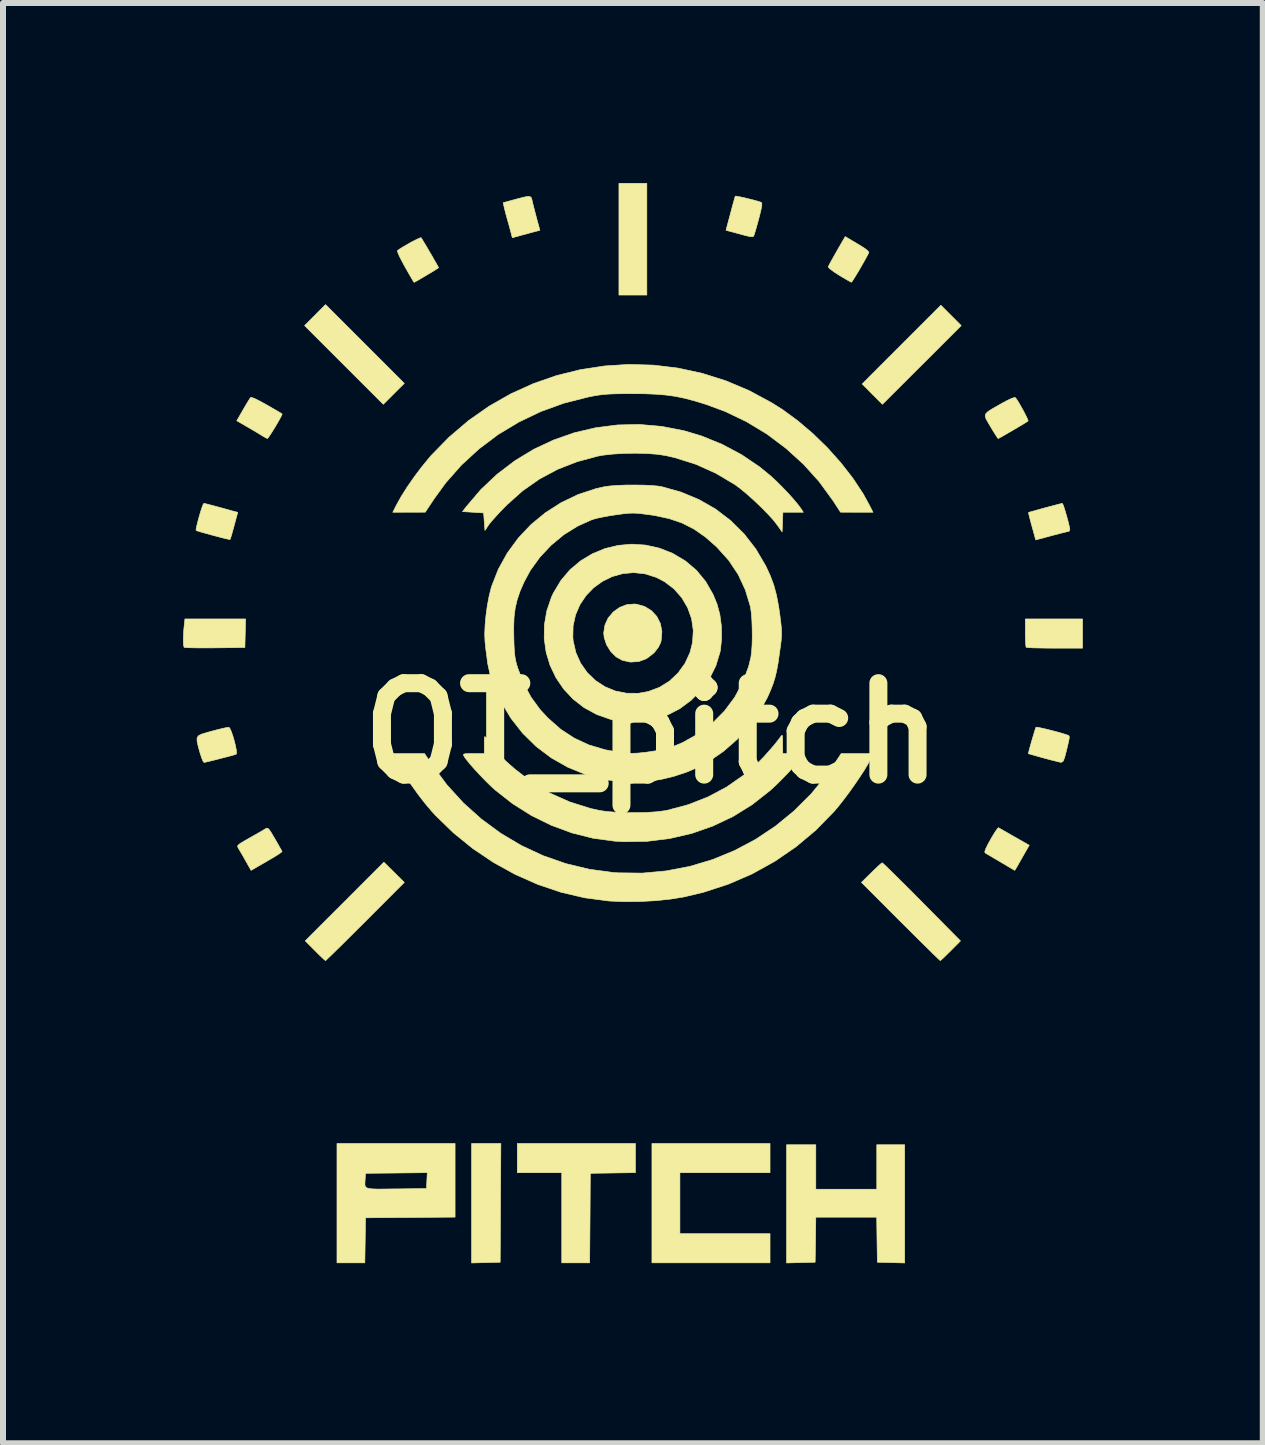
<source format=kicad_pcb>
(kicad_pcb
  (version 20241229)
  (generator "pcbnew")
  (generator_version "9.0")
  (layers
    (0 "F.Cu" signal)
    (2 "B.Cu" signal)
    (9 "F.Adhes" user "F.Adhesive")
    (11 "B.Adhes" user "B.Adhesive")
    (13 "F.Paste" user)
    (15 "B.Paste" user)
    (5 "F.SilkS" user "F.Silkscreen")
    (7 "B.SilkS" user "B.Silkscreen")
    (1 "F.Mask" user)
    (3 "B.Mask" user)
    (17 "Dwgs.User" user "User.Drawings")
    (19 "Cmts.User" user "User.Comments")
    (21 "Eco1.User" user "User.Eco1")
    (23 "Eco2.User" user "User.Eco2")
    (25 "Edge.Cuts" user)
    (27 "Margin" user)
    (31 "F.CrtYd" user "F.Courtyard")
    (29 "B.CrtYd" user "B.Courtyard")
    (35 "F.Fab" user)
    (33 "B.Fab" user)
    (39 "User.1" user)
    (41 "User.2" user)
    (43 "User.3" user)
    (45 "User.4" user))
  (footprint "OT_pitch"
    (layer "F.Cu")
    (at 7.815 9.17)
    (property "Reference" "OT_pitch" (at 0 0 0) (layer "F.SilkS") (effects (font (size 1.524 1.524) (thickness 0.3))))
    (attr through_hole)
    (fp_poly (pts (xy -0.085 -7.303) (xy -0.55 -7.303) (xy -0.55 -9.165) (xy -0.085 -9.165) (xy -0.085 -7.303)) (stroke (width 0.01) (type solid)) (fill yes) (layer "F.SilkS"))
    (fp_poly (pts (xy -2.524 7.826) (xy -2.529 8.816) (xy -3.006 8.828) (xy -3.006 6.837) (xy -2.518 6.837) (xy -2.524 7.826)) (stroke (width 0.01) (type solid)) (fill yes) (layer "F.SilkS"))
    (fp_poly (pts (xy -4.783 -6.487) (xy -4.127 -5.831) (xy -4.302 -5.657) (xy -4.477 -5.482) (xy -5.789 -6.794) (xy -5.614 -6.969) (xy -5.44 -7.144) (xy -4.783 -6.487)) (stroke (width 0.01) (type solid)) (fill yes) (layer "F.SilkS"))
    (fp_poly (pts (xy 5.154 -6.794) (xy 4.498 -6.138) (xy 3.841 -5.482) (xy 3.672 -5.651) (xy 3.504 -5.821) (xy 4.159 -6.477) (xy 4.815 -7.133) (xy 5.154 -6.794)) (stroke (width 0.01) (type solid)) (fill yes) (layer "F.SilkS"))
    (fp_poly (pts (xy 1.968 7.324) (xy 0.466 7.324) (xy 0.466 8.34) (xy 1.968 8.34) (xy 1.968 8.826) (xy 0 8.826) (xy 0 6.837) (xy 1.968 6.837) (xy 1.968 7.324)) (stroke (width 0.01) (type solid)) (fill yes) (layer "F.SilkS"))
    (fp_poly (pts (xy -0.275 7.323) (xy -1.027 7.334) (xy -1.032 8.08) (xy -1.038 8.826) (xy -1.503 8.826) (xy -1.503 7.324) (xy -2.244 7.324) (xy -2.244 6.837) (xy -0.275 6.837) (xy -0.275 7.323)) (stroke (width 0.01) (type solid)) (fill yes) (layer "F.SilkS"))
    (fp_poly (pts (xy 7.176 -1.418) (xy 6.713 -1.418) (xy 6.578 -1.419) (xy 6.456 -1.421) (xy 6.356 -1.423) (xy 6.282 -1.427) (xy 6.242 -1.431) (xy 6.237 -1.432) (xy 6.231 -1.458) (xy 6.227 -1.517) (xy 6.224 -1.599) (xy 6.223 -1.676) (xy 6.223 -1.905) (xy 7.176 -1.905) (xy 7.176 -1.418)) (stroke (width 0.01) (type solid)) (fill yes) (layer "F.SilkS"))
    (fp_poly (pts (xy -6.784 -1.429) (xy -7.283 -1.423) (xy -7.424 -1.422) (xy -7.551 -1.422) (xy -7.658 -1.424) (xy -7.738 -1.426) (xy -7.785 -1.429) (xy -7.796 -1.432) (xy -7.806 -1.464) (xy -7.81 -1.529) (xy -7.808 -1.62) (xy -7.802 -1.727) (xy -7.797 -1.775) (xy -7.783 -1.905) (xy -6.772 -1.905) (xy -6.784 -1.429)) (stroke (width 0.01) (type solid)) (fill yes) (layer "F.SilkS"))
    (fp_poly (pts (xy 2.731 7.599) (xy 3.747 7.599) (xy 3.747 6.858) (xy 4.212 6.858) (xy 4.212 8.828) (xy 3.985 8.822) (xy 3.757 8.816) (xy 3.751 8.44) (xy 3.746 8.065) (xy 2.731 8.065) (xy 2.726 8.44) (xy 2.72 8.816) (xy 2.244 8.828) (xy 2.244 6.858) (xy 2.731 6.858) (xy 2.731 7.599)) (stroke (width 0.01) (type solid)) (fill yes) (layer "F.SilkS"))
    (fp_poly (pts (xy -4.127 2.486) (xy -4.778 3.138) (xy -4.915 3.274) (xy -5.042 3.401) (xy -5.157 3.515) (xy -5.257 3.613) (xy -5.338 3.693) (xy -5.398 3.75) (xy -5.432 3.783) (xy -5.44 3.789) (xy -5.459 3.775) (xy -5.5 3.737) (xy -5.559 3.68) (xy -5.615 3.624) (xy -5.778 3.46) (xy -5.122 2.805) (xy -4.467 2.149) (xy -4.127 2.486)) (stroke (width 0.01) (type solid)) (fill yes) (layer "F.SilkS"))
    (fp_poly (pts (xy -2.031 -8.943) (xy -2.012 -8.927) (xy -2.001 -8.897) (xy -1.992 -8.855) (xy -1.975 -8.786) (xy -1.951 -8.693) (xy -1.925 -8.594) (xy -1.918 -8.567) (xy -1.867 -8.382) (xy -1.955 -8.359) (xy -2.023 -8.341) (xy -2.11 -8.317) (xy -2.185 -8.297) (xy -2.327 -8.258) (xy -2.35 -8.346) (xy -2.368 -8.415) (xy -2.392 -8.503) (xy -2.412 -8.572) (xy -2.435 -8.655) (xy -2.454 -8.73) (xy -2.465 -8.776) (xy -2.479 -8.842) (xy -2.314 -8.887) (xy -2.198 -8.918) (xy -2.117 -8.938) (xy -2.063 -8.947) (xy -2.031 -8.943)) (stroke (width 0.01) (type solid)) (fill yes) (layer "F.SilkS"))
    (fp_poly (pts (xy -0.259 -2.151) (xy -0.122 -2.113) (xy -0.007 -2.042) (xy 0.082 -1.945) (xy 0.141 -1.827) (xy 0.166 -1.694) (xy 0.154 -1.549) (xy 0.146 -1.513) (xy 0.109 -1.436) (xy 0.045 -1.352) (xy 0.024 -1.331) (xy -0.091 -1.243) (xy -0.22 -1.195) (xy -0.359 -1.186) (xy -0.495 -1.216) (xy -0.598 -1.274) (xy -0.688 -1.364) (xy -0.756 -1.474) (xy -0.796 -1.595) (xy -0.804 -1.672) (xy -0.784 -1.802) (xy -0.73 -1.92) (xy -0.646 -2.02) (xy -0.541 -2.096) (xy -0.421 -2.143) (xy -0.291 -2.154) (xy -0.259 -2.151)) (stroke (width 0.01) (type solid)) (fill yes) (layer "F.SilkS"))
    (fp_poly (pts (xy -3.281 8.064) (xy -4.027 8.07) (xy -4.773 8.075) (xy -4.779 8.451) (xy -4.785 8.826) (xy -5.249 8.826) (xy -5.249 7.526) (xy -4.784 7.526) (xy -4.776 7.555) (xy -4.756 7.575) (xy -4.718 7.587) (xy -4.658 7.594) (xy -4.571 7.597) (xy -4.452 7.596) (xy -4.297 7.594) (xy -4.26 7.594) (xy -3.757 7.588) (xy -3.751 7.456) (xy -3.744 7.323) (xy -4.259 7.329) (xy -4.773 7.334) (xy -4.78 7.437) (xy -4.783 7.488) (xy -4.784 7.526) (xy -5.249 7.526) (xy -5.249 6.837) (xy -3.281 6.837) (xy -3.281 8.064)) (stroke (width 0.01) (type solid)) (fill yes) (layer "F.SilkS"))
    (fp_poly (pts (xy 3.855 2.174) (xy 3.9 2.215) (xy 3.968 2.281) (xy 4.056 2.368) (xy 4.161 2.472) (xy 4.281 2.591) (xy 4.411 2.722) (xy 4.498 2.81) (xy 5.142 3.461) (xy 4.979 3.625) (xy 4.912 3.691) (xy 4.857 3.745) (xy 4.819 3.779) (xy 4.805 3.789) (xy 4.788 3.774) (xy 4.745 3.733) (xy 4.677 3.668) (xy 4.59 3.581) (xy 4.484 3.477) (xy 4.365 3.359) (xy 4.234 3.228) (xy 4.143 3.138) (xy 3.492 2.486) (xy 3.657 2.323) (xy 3.725 2.257) (xy 3.782 2.203) (xy 3.822 2.169) (xy 3.838 2.159) (xy 3.855 2.174)) (stroke (width 0.01) (type solid)) (fill yes) (layer "F.SilkS"))
    (fp_poly (pts (xy 6.85 -3.812) (xy 6.868 -3.763) (xy 6.89 -3.693) (xy 6.913 -3.612) (xy 6.935 -3.532) (xy 6.952 -3.461) (xy 6.963 -3.411) (xy 6.964 -3.398) (xy 6.955 -3.369) (xy 6.948 -3.365) (xy 6.923 -3.36) (xy 6.865 -3.346) (xy 6.782 -3.325) (xy 6.683 -3.299) (xy 6.664 -3.294) (xy 6.396 -3.222) (xy 6.334 -3.447) (xy 6.309 -3.538) (xy 6.29 -3.613) (xy 6.278 -3.662) (xy 6.276 -3.679) (xy 6.297 -3.686) (xy 6.35 -3.701) (xy 6.425 -3.722) (xy 6.514 -3.747) (xy 6.607 -3.772) (xy 6.695 -3.795) (xy 6.77 -3.815) (xy 6.821 -3.827) (xy 6.839 -3.831) (xy 6.85 -3.812)) (stroke (width 0.01) (type solid)) (fill yes) (layer "F.SilkS"))
    (fp_poly (pts (xy 1.411 -8.95) (xy 1.464 -8.94) (xy 1.536 -8.925) (xy 1.617 -8.905) (xy 1.697 -8.885) (xy 1.766 -8.866) (xy 1.812 -8.851) (xy 1.824 -8.846) (xy 1.832 -8.827) (xy 1.829 -8.783) (xy 1.815 -8.711) (xy 1.788 -8.604) (xy 1.779 -8.569) (xy 1.751 -8.468) (xy 1.727 -8.382) (xy 1.707 -8.318) (xy 1.696 -8.286) (xy 1.696 -8.284) (xy 1.673 -8.274) (xy 1.621 -8.28) (xy 1.545 -8.298) (xy 1.458 -8.322) (xy 1.373 -8.345) (xy 1.321 -8.359) (xy 1.234 -8.382) (xy 1.309 -8.662) (xy 1.336 -8.765) (xy 1.36 -8.852) (xy 1.378 -8.916) (xy 1.388 -8.949) (xy 1.389 -8.951) (xy 1.411 -8.95)) (stroke (width 0.01) (type solid)) (fill yes) (layer "F.SilkS"))
    (fp_poly (pts (xy 3.288 -8.238) (xy 3.341 -8.206) (xy 3.414 -8.163) (xy 3.488 -8.118) (xy 3.552 -8.077) (xy 3.597 -8.04) (xy 3.615 -8.017) (xy 3.615 -8.015) (xy 3.602 -7.985) (xy 3.573 -7.93) (xy 3.532 -7.857) (xy 3.486 -7.776) (xy 3.438 -7.693) (xy 3.392 -7.618) (xy 3.355 -7.559) (xy 3.331 -7.523) (xy 3.324 -7.516) (xy 3.302 -7.527) (xy 3.252 -7.555) (xy 3.182 -7.596) (xy 3.122 -7.632) (xy 3.044 -7.682) (xy 2.983 -7.726) (xy 2.946 -7.759) (xy 2.938 -7.773) (xy 2.951 -7.801) (xy 2.981 -7.857) (xy 3.024 -7.934) (xy 3.075 -8.024) (xy 3.083 -8.039) (xy 3.221 -8.277) (xy 3.288 -8.238)) (stroke (width 0.01) (type solid)) (fill yes) (layer "F.SilkS"))
    (fp_poly (pts (xy 5.797 1.587) (xy 5.85 1.617) (xy 5.924 1.659) (xy 6.014 1.711) (xy 6.039 1.725) (xy 6.288 1.867) (xy 6.237 1.955) (xy 6.198 2.023) (xy 6.151 2.106) (xy 6.118 2.164) (xy 6.083 2.226) (xy 6.057 2.269) (xy 6.046 2.285) (xy 6.028 2.275) (xy 5.98 2.247) (xy 5.91 2.205) (xy 5.824 2.154) (xy 5.81 2.146) (xy 5.72 2.093) (xy 5.642 2.047) (xy 5.583 2.012) (xy 5.553 1.994) (xy 5.552 1.994) (xy 5.547 1.973) (xy 5.562 1.927) (xy 5.599 1.852) (xy 5.643 1.772) (xy 5.691 1.69) (xy 5.732 1.626) (xy 5.762 1.585) (xy 5.775 1.574) (xy 5.797 1.587)) (stroke (width 0.01) (type solid)) (fill yes) (layer "F.SilkS"))
    (fp_poly (pts (xy -7.44 -3.826) (xy -7.382 -3.811) (xy -7.303 -3.791) (xy -7.264 -3.78) (xy -7.169 -3.754) (xy -7.078 -3.729) (xy -7.007 -3.709) (xy -6.992 -3.705) (xy -6.903 -3.682) (xy -6.963 -3.459) (xy -6.988 -3.368) (xy -7.009 -3.294) (xy -7.025 -3.245) (xy -7.031 -3.229) (xy -7.053 -3.232) (xy -7.108 -3.244) (xy -7.188 -3.264) (xy -7.286 -3.29) (xy -7.313 -3.297) (xy -7.415 -3.325) (xy -7.501 -3.349) (xy -7.563 -3.368) (xy -7.595 -3.378) (xy -7.597 -3.379) (xy -7.597 -3.402) (xy -7.586 -3.455) (xy -7.568 -3.528) (xy -7.546 -3.61) (xy -7.522 -3.692) (xy -7.499 -3.763) (xy -7.48 -3.812) (xy -7.468 -3.831) (xy -7.44 -3.826)) (stroke (width 0.01) (type solid)) (fill yes) (layer "F.SilkS"))
    (fp_poly (pts (xy -7.051 -0.1) (xy -7.033 -0.079) (xy -7.01 -0.028) (xy -6.985 0.043) (xy -6.961 0.125) (xy -6.941 0.206) (xy -6.927 0.278) (xy -6.923 0.329) (xy -6.929 0.35) (xy -6.97 0.362) (xy -7.038 0.381) (xy -7.123 0.403) (xy -7.215 0.427) (xy -7.306 0.45) (xy -7.384 0.469) (xy -7.44 0.482) (xy -7.464 0.487) (xy -7.48 0.468) (xy -7.502 0.417) (xy -7.526 0.345) (xy -7.535 0.315) (xy -7.565 0.205) (xy -7.581 0.128) (xy -7.58 0.076) (xy -7.557 0.041) (xy -7.506 0.015) (xy -7.424 -0.01) (xy -7.334 -0.035) (xy -7.235 -0.061) (xy -7.148 -0.082) (xy -7.084 -0.096) (xy -7.051 -0.1) (xy -7.051 -0.1)) (stroke (width 0.01) (type solid)) (fill yes) (layer "F.SilkS"))
    (fp_poly (pts (xy -6.663 -5.594) (xy -6.607 -5.572) (xy -6.527 -5.531) (xy -6.427 -5.476) (xy -6.42 -5.472) (xy -6.328 -5.419) (xy -6.25 -5.374) (xy -6.194 -5.341) (xy -6.165 -5.323) (xy -6.163 -5.322) (xy -6.169 -5.302) (xy -6.193 -5.255) (xy -6.229 -5.191) (xy -6.272 -5.117) (xy -6.317 -5.044) (xy -6.358 -4.979) (xy -6.39 -4.933) (xy -6.408 -4.912) (xy -6.409 -4.912) (xy -6.434 -4.923) (xy -6.482 -4.95) (xy -6.519 -4.973) (xy -6.585 -5.013) (xy -6.671 -5.064) (xy -6.759 -5.115) (xy -6.767 -5.12) (xy -6.919 -5.208) (xy -6.813 -5.392) (xy -6.766 -5.473) (xy -6.726 -5.539) (xy -6.697 -5.584) (xy -6.688 -5.597) (xy -6.663 -5.594)) (stroke (width 0.01) (type solid)) (fill yes) (layer "F.SilkS"))
    (fp_poly (pts (xy 6.056 -5.594) (xy 6.081 -5.562) (xy 6.116 -5.506) (xy 6.156 -5.436) (xy 6.197 -5.362) (xy 6.233 -5.292) (xy 6.258 -5.238) (xy 6.269 -5.207) (xy 6.268 -5.204) (xy 6.246 -5.189) (xy 6.197 -5.158) (xy 6.128 -5.117) (xy 6.048 -5.069) (xy 5.965 -5.021) (xy 5.887 -4.976) (xy 5.823 -4.939) (xy 5.781 -4.916) (xy 5.769 -4.911) (xy 5.756 -4.928) (xy 5.726 -4.974) (xy 5.684 -5.041) (xy 5.645 -5.106) (xy 5.598 -5.185) (xy 5.566 -5.244) (xy 5.554 -5.287) (xy 5.563 -5.324) (xy 5.598 -5.359) (xy 5.66 -5.4) (xy 5.754 -5.454) (xy 5.821 -5.492) (xy 5.919 -5.545) (xy 5.994 -5.58) (xy 6.042 -5.596) (xy 6.056 -5.594)) (stroke (width 0.01) (type solid)) (fill yes) (layer "F.SilkS"))
    (fp_poly (pts (xy -6.402 1.584) (xy -6.38 1.604) (xy -6.35 1.647) (xy -6.307 1.72) (xy -6.283 1.76) (xy -6.236 1.842) (xy -6.198 1.91) (xy -6.172 1.955) (xy -6.164 1.97) (xy -6.179 1.985) (xy -6.222 2.016) (xy -6.288 2.057) (xy -6.333 2.084) (xy -6.422 2.136) (xy -6.507 2.185) (xy -6.576 2.224) (xy -6.595 2.236) (xy -6.681 2.285) (xy -6.773 2.122) (xy -6.818 2.042) (xy -6.859 1.972) (xy -6.888 1.923) (xy -6.894 1.913) (xy -6.904 1.893) (xy -6.903 1.874) (xy -6.884 1.853) (xy -6.842 1.824) (xy -6.772 1.783) (xy -6.705 1.745) (xy -6.615 1.694) (xy -6.534 1.648) (xy -6.473 1.612) (xy -6.442 1.593) (xy -6.421 1.583) (xy -6.402 1.584)) (stroke (width 0.01) (type solid)) (fill yes) (layer "F.SilkS"))
    (fp_poly (pts (xy -3.848 -8.259) (xy -3.833 -8.237) (xy -3.803 -8.187) (xy -3.761 -8.118) (xy -3.714 -8.037) (xy -3.665 -7.954) (xy -3.621 -7.876) (xy -3.584 -7.812) (xy -3.561 -7.77) (xy -3.556 -7.758) (xy -3.573 -7.746) (xy -3.617 -7.718) (xy -3.68 -7.679) (xy -3.753 -7.636) (xy -3.827 -7.592) (xy -3.893 -7.553) (xy -3.942 -7.526) (xy -3.964 -7.514) (xy -3.965 -7.514) (xy -3.976 -7.532) (xy -4.004 -7.579) (xy -4.046 -7.651) (xy -4.096 -7.739) (xy -4.114 -7.77) (xy -4.165 -7.864) (xy -4.206 -7.944) (xy -4.233 -8.005) (xy -4.242 -8.039) (xy -4.241 -8.043) (xy -4.206 -8.069) (xy -4.149 -8.105) (xy -4.078 -8.146) (xy -4.004 -8.188) (xy -3.935 -8.223) (xy -3.881 -8.249) (xy -3.851 -8.259) (xy -3.848 -8.259)) (stroke (width 0.01) (type solid)) (fill yes) (layer "F.SilkS"))
    (fp_poly (pts (xy 6.425 -0.1) (xy 6.479 -0.089) (xy 6.556 -0.072) (xy 6.645 -0.05) (xy 6.737 -0.026) (xy 6.823 -0.002) (xy 6.893 0.019) (xy 6.938 0.035) (xy 6.949 0.041) (xy 6.955 0.055) (xy 6.954 0.083) (xy 6.945 0.131) (xy 6.928 0.206) (xy 6.902 0.312) (xy 6.877 0.407) (xy 6.853 0.466) (xy 6.822 0.485) (xy 6.82 0.485) (xy 6.787 0.479) (xy 6.721 0.463) (xy 6.634 0.441) (xy 6.534 0.414) (xy 6.53 0.413) (xy 6.433 0.386) (xy 6.353 0.363) (xy 6.297 0.347) (xy 6.274 0.34) (xy 6.273 0.34) (xy 6.277 0.32) (xy 6.29 0.27) (xy 6.309 0.199) (xy 6.332 0.119) (xy 6.356 0.039) (xy 6.377 -0.032) (xy 6.393 -0.081) (xy 6.401 -0.101) (xy 6.425 -0.1)) (stroke (width 0.01) (type solid)) (fill yes) (layer "F.SilkS"))
    (fp_poly (pts (xy 0.162 -5.114) (xy 0.53 -5.043) (xy 0.828 -4.954) (xy 1.169 -4.815) (xy 1.494 -4.642) (xy 1.794 -4.439) (xy 1.979 -4.288) (xy 2.071 -4.203) (xy 2.169 -4.105) (xy 2.268 -4.002) (xy 2.358 -3.902) (xy 2.432 -3.813) (xy 2.483 -3.745) (xy 2.484 -3.743) (xy 2.523 -3.683) (xy 2.182 -3.683) (xy 2.17 -3.355) (xy 2.096 -3.46) (xy 2.029 -3.547) (xy 1.935 -3.651) (xy 1.824 -3.764) (xy 1.704 -3.878) (xy 1.584 -3.986) (xy 1.471 -4.079) (xy 1.383 -4.144) (xy 1.065 -4.333) (xy 0.733 -4.482) (xy 0.385 -4.592) (xy 0.233 -4.627) (xy 0.091 -4.649) (xy -0.08 -4.662) (xy -0.268 -4.667) (xy -0.461 -4.664) (xy -0.645 -4.653) (xy -0.81 -4.635) (xy -0.9 -4.619) (xy -1.25 -4.525) (xy -1.574 -4.398) (xy -1.876 -4.236) (xy -2.157 -4.039) (xy -2.419 -3.805) (xy -2.439 -3.785) (xy -2.524 -3.698) (xy -2.603 -3.612) (xy -2.669 -3.538) (xy -2.715 -3.482) (xy -2.725 -3.467) (xy -2.783 -3.379) (xy -2.794 -3.525) (xy -2.805 -3.672) (xy -2.981 -3.683) (xy -3.157 -3.694) (xy -3.097 -3.772) (xy -2.851 -4.061) (xy -2.579 -4.317) (xy -2.285 -4.541) (xy -1.97 -4.732) (xy -1.639 -4.887) (xy -1.294 -5.008) (xy -0.939 -5.091) (xy -0.575 -5.138) (xy -0.208 -5.146) (xy 0.162 -5.114)) (stroke (width 0.01) (type solid)) (fill yes) (layer "F.SilkS"))
    (fp_poly (pts (xy -3.659 0.534) (xy -3.415 0.863) (xy -3.142 1.162) (xy -2.842 1.431) (xy -2.518 1.669) (xy -2.174 1.873) (xy -1.812 2.041) (xy -1.434 2.173) (xy -1.043 2.267) (xy -0.643 2.321) (xy -0.566 2.326) (xy -0.161 2.331) (xy 0.239 2.294) (xy 0.631 2.219) (xy 1.012 2.105) (xy 1.379 1.954) (xy 1.729 1.768) (xy 2.06 1.547) (xy 2.369 1.294) (xy 2.654 1.01) (xy 2.911 0.696) (xy 3.017 0.545) (xy 3.154 0.339) (xy 3.681 0.339) (xy 3.641 0.432) (xy 3.603 0.508) (xy 3.543 0.609) (xy 3.466 0.727) (xy 3.379 0.855) (xy 3.286 0.986) (xy 3.192 1.111) (xy 3.103 1.224) (xy 3.035 1.304) (xy 2.732 1.614) (xy 2.402 1.891) (xy 2.048 2.134) (xy 1.671 2.343) (xy 1.274 2.515) (xy 0.857 2.651) (xy 0.528 2.729) (xy 0.311 2.764) (xy 0.066 2.79) (xy -0.192 2.804) (xy -0.449 2.807) (xy -0.691 2.797) (xy -0.73 2.794) (xy -1.123 2.742) (xy -1.515 2.65) (xy -1.901 2.52) (xy -2.278 2.353) (xy -2.641 2.153) (xy -2.986 1.921) (xy -3.31 1.658) (xy -3.608 1.368) (xy -3.674 1.296) (xy -3.781 1.169) (xy -3.894 1.023) (xy -4.006 0.867) (xy -4.11 0.713) (xy -4.198 0.57) (xy -4.252 0.47) (xy -4.319 0.339) (xy -3.79 0.339) (xy -3.659 0.534)) (stroke (width 0.01) (type solid)) (fill yes) (layer "F.SilkS"))
    (fp_poly (pts (xy 0.025 -6.135) (xy 0.432 -6.086) (xy 0.835 -5.999) (xy 1.232 -5.874) (xy 1.62 -5.71) (xy 1.995 -5.508) (xy 2.179 -5.392) (xy 2.435 -5.204) (xy 2.687 -4.989) (xy 2.928 -4.754) (xy 3.151 -4.504) (xy 3.35 -4.248) (xy 3.519 -3.992) (xy 3.617 -3.814) (xy 3.684 -3.683) (xy 3.413 -3.683) (xy 3.143 -3.684) (xy 3.016 -3.879) (xy 2.788 -4.192) (xy 2.526 -4.483) (xy 2.234 -4.748) (xy 1.917 -4.986) (xy 1.578 -5.191) (xy 1.222 -5.362) (xy 0.91 -5.478) (xy 0.721 -5.536) (xy 0.553 -5.581) (xy 0.395 -5.614) (xy 0.238 -5.636) (xy 0.069 -5.65) (xy -0.121 -5.658) (xy -0.318 -5.659) (xy -0.479 -5.659) (xy -0.606 -5.657) (xy -0.709 -5.653) (xy -0.797 -5.647) (xy -0.877 -5.637) (xy -0.959 -5.624) (xy -1.052 -5.606) (xy -1.069 -5.602) (xy -1.47 -5.5) (xy -1.854 -5.361) (xy -2.219 -5.186) (xy -2.563 -4.979) (xy -2.882 -4.739) (xy -3.175 -4.47) (xy -3.438 -4.172) (xy -3.635 -3.9) (xy -3.778 -3.684) (xy -4.319 -3.683) (xy -4.257 -3.805) (xy -4.179 -3.945) (xy -4.078 -4.105) (xy -3.962 -4.272) (xy -3.838 -4.437) (xy -3.714 -4.588) (xy -3.683 -4.625) (xy -3.381 -4.934) (xy -3.057 -5.21) (xy -2.714 -5.45) (xy -2.353 -5.656) (xy -1.978 -5.826) (xy -1.59 -5.961) (xy -1.194 -6.059) (xy -0.791 -6.121) (xy -0.384 -6.147) (xy 0.025 -6.135)) (stroke (width 0.01) (type solid)) (fill yes) (layer "F.SilkS"))
    (fp_poly (pts (xy -0.105 -3.136) (xy 0.123 -3.085) (xy 0.345 -2.998) (xy 0.556 -2.872) (xy 0.562 -2.868) (xy 0.743 -2.714) (xy 0.895 -2.529) (xy 1.019 -2.313) (xy 1.085 -2.152) (xy 1.132 -1.977) (xy 1.158 -1.781) (xy 1.161 -1.579) (xy 1.142 -1.389) (xy 1.135 -1.355) (xy 1.066 -1.126) (xy 0.96 -0.913) (xy 0.821 -0.719) (xy 0.653 -0.55) (xy 0.461 -0.408) (xy 0.247 -0.298) (xy 0.05 -0.232) (xy -0.121 -0.202) (xy -0.312 -0.191) (xy -0.502 -0.2) (xy -0.676 -0.229) (xy -0.694 -0.233) (xy -0.924 -0.314) (xy -1.132 -0.428) (xy -1.315 -0.57) (xy -1.471 -0.737) (xy -1.599 -0.925) (xy -1.697 -1.13) (xy -1.763 -1.348) (xy -1.795 -1.575) (xy -1.795 -1.595) (xy -1.318 -1.595) (xy -1.313 -1.542) (xy -1.268 -1.344) (xy -1.188 -1.166) (xy -1.078 -1.01) (xy -0.942 -0.879) (xy -0.785 -0.776) (xy -0.61 -0.704) (xy -0.422 -0.667) (xy -0.226 -0.666) (xy -0.062 -0.695) (xy 0.125 -0.765) (xy 0.292 -0.869) (xy 0.435 -1.004) (xy 0.551 -1.164) (xy 0.634 -1.344) (xy 0.677 -1.514) (xy 0.689 -1.713) (xy 0.661 -1.907) (xy 0.596 -2.09) (xy 0.498 -2.258) (xy 0.369 -2.405) (xy 0.212 -2.525) (xy 0.072 -2.598) (xy -0.116 -2.657) (xy -0.304 -2.677) (xy -0.488 -2.66) (xy -0.663 -2.611) (xy -0.826 -2.531) (xy -0.972 -2.425) (xy -1.098 -2.295) (xy -1.2 -2.143) (xy -1.273 -1.974) (xy -1.314 -1.79) (xy -1.318 -1.595) (xy -1.795 -1.595) (xy -1.792 -1.808) (xy -1.752 -2.041) (xy -1.673 -2.272) (xy -1.641 -2.339) (xy -1.517 -2.546) (xy -1.365 -2.725) (xy -1.189 -2.873) (xy -0.993 -2.991) (xy -0.783 -3.078) (xy -0.562 -3.131) (xy -0.335 -3.151) (xy -0.105 -3.136)) (stroke (width 0.01) (type solid)) (fill yes) (layer "F.SilkS"))
    (fp_poly (pts (xy 2.176 0.057) (xy 2.178 0.112) (xy 2.179 0.175) (xy 2.18 0.339) (xy 2.349 0.339) (xy 2.428 0.34) (xy 2.487 0.344) (xy 2.517 0.35) (xy 2.519 0.352) (xy 2.504 0.383) (xy 2.465 0.437) (xy 2.405 0.509) (xy 2.33 0.594) (xy 2.245 0.685) (xy 2.155 0.777) (xy 2.066 0.865) (xy 1.982 0.943) (xy 1.968 0.955) (xy 1.672 1.188) (xy 1.355 1.385) (xy 1.018 1.545) (xy 0.665 1.669) (xy 0.298 1.754) (xy -0.08 1.801) (xy -0.466 1.807) (xy -0.624 1.798) (xy -0.98 1.75) (xy -1.333 1.661) (xy -1.677 1.534) (xy -2.009 1.371) (xy -2.323 1.173) (xy -2.612 0.946) (xy -2.689 0.876) (xy -2.776 0.79) (xy -2.866 0.697) (xy -2.953 0.603) (xy -3.03 0.516) (xy -3.09 0.442) (xy -3.128 0.39) (xy -3.132 0.383) (xy -3.141 0.361) (xy -3.137 0.348) (xy -3.112 0.342) (xy -3.058 0.339) (xy -2.975 0.339) (xy -2.794 0.339) (xy -2.794 0.186) (xy -2.794 0.108) (xy -2.791 0.066) (xy -2.784 0.055) (xy -2.77 0.069) (xy -2.758 0.085) (xy -2.731 0.121) (xy -2.684 0.179) (xy -2.625 0.25) (xy -2.562 0.323) (xy -2.505 0.39) (xy -2.46 0.439) (xy -2.445 0.455) (xy -2.42 0.478) (xy -2.372 0.521) (xy -2.309 0.576) (xy -2.275 0.605) (xy -1.995 0.821) (xy -1.693 1.001) (xy -1.369 1.145) (xy -1.022 1.254) (xy -0.889 1.284) (xy -0.767 1.303) (xy -0.614 1.316) (xy -0.443 1.323) (xy -0.263 1.324) (xy -0.087 1.32) (xy 0.075 1.309) (xy 0.21 1.292) (xy 0.254 1.284) (xy 0.606 1.19) (xy 0.935 1.061) (xy 1.245 0.896) (xy 1.539 0.691) (xy 1.677 0.578) (xy 1.759 0.501) (xy 1.855 0.403) (xy 1.954 0.293) (xy 2.047 0.185) (xy 2.122 0.09) (xy 2.142 0.062) (xy 2.16 0.038) (xy 2.171 0.035) (xy 2.176 0.057)) (stroke (width 0.01) (type solid)) (fill yes) (layer "F.SilkS"))
    (fp_poly (pts (xy -0.142 -4.135) (xy -0.008 -4.129) (xy 0.102 -4.119) (xy 0.159 -4.11) (xy 0.481 -4.02) (xy 0.782 -3.895) (xy 1.059 -3.737) (xy 1.311 -3.545) (xy 1.535 -3.323) (xy 1.731 -3.071) (xy 1.896 -2.79) (xy 1.897 -2.788) (xy 1.972 -2.626) (xy 2.031 -2.467) (xy 2.076 -2.299) (xy 2.112 -2.11) (xy 2.132 -1.968) (xy 2.147 -1.852) (xy 2.156 -1.762) (xy 2.16 -1.688) (xy 2.159 -1.617) (xy 2.153 -1.538) (xy 2.14 -1.439) (xy 2.125 -1.331) (xy 2.102 -1.169) (xy 2.078 -1.039) (xy 2.051 -0.927) (xy 2.019 -0.824) (xy 1.977 -0.717) (xy 1.925 -0.598) (xy 1.79 -0.352) (xy 1.619 -0.116) (xy 1.419 0.103) (xy 1.194 0.3) (xy 0.952 0.467) (xy 0.786 0.558) (xy 0.588 0.644) (xy 0.368 0.717) (xy 0.149 0.77) (xy 0.138 0.772) (xy 0.023 0.788) (xy -0.12 0.797) (xy -0.279 0.801) (xy -0.442 0.8) (xy -0.596 0.793) (xy -0.728 0.781) (xy -0.794 0.77) (xy -1.108 0.687) (xy -1.403 0.566) (xy -1.678 0.41) (xy -1.929 0.221) (xy -2.155 -0.001) (xy -2.352 -0.253) (xy -2.52 -0.533) (xy -2.534 -0.561) (xy -2.628 -0.772) (xy -2.697 -0.976) (xy -2.738 -1.165) (xy -2.742 -1.196) (xy -2.751 -1.271) (xy -2.758 -1.327) (xy -2.762 -1.354) (xy -2.762 -1.355) (xy -2.766 -1.379) (xy -2.772 -1.435) (xy -2.78 -1.511) (xy -2.782 -1.53) (xy -2.787 -1.65) (xy -2.782 -1.766) (xy -2.304 -1.766) (xy -2.302 -1.597) (xy -2.298 -1.462) (xy -2.292 -1.359) (xy -2.283 -1.278) (xy -2.271 -1.208) (xy -2.253 -1.139) (xy -2.234 -1.079) (xy -2.136 -0.825) (xy -2.015 -0.601) (xy -1.866 -0.397) (xy -1.735 -0.255) (xy -1.523 -0.068) (xy -1.296 0.081) (xy -1.05 0.195) (xy -0.781 0.275) (xy -0.572 0.314) (xy -0.445 0.329) (xy -0.339 0.335) (xy -0.233 0.331) (xy -0.109 0.318) (xy -0.086 0.315) (xy 0.086 0.289) (xy 0.228 0.258) (xy 0.355 0.22) (xy 0.478 0.17) (xy 0.523 0.149) (xy 0.78 0.005) (xy 1.01 -0.17) (xy 1.21 -0.372) (xy 1.379 -0.599) (xy 1.513 -0.846) (xy 1.612 -1.113) (xy 1.649 -1.266) (xy 1.661 -1.356) (xy 1.669 -1.475) (xy 1.672 -1.613) (xy 1.67 -1.757) (xy 1.665 -1.895) (xy 1.655 -2.016) (xy 1.641 -2.109) (xy 1.639 -2.117) (xy 1.555 -2.393) (xy 1.437 -2.646) (xy 1.282 -2.879) (xy 1.088 -3.095) (xy 1.078 -3.106) (xy 0.89 -3.271) (xy 0.702 -3.402) (xy 0.504 -3.503) (xy 0.288 -3.577) (xy 0.045 -3.629) (xy -0.037 -3.641) (xy -0.154 -3.656) (xy -0.242 -3.666) (xy -0.317 -3.669) (xy -0.392 -3.666) (xy -0.48 -3.657) (xy -0.596 -3.641) (xy -0.598 -3.641) (xy -0.715 -3.623) (xy -0.828 -3.602) (xy -0.926 -3.581) (xy -0.994 -3.561) (xy -0.996 -3.561) (xy -1.237 -3.453) (xy -1.467 -3.31) (xy -1.679 -3.135) (xy -1.868 -2.934) (xy -2.027 -2.714) (xy -2.132 -2.519) (xy -2.199 -2.365) (xy -2.247 -2.223) (xy -2.279 -2.084) (xy -2.298 -1.935) (xy -2.304 -1.766) (xy -2.782 -1.766) (xy -2.781 -1.799) (xy -2.766 -1.963) (xy -2.743 -2.13) (xy -2.713 -2.288) (xy -2.679 -2.424) (xy -2.673 -2.445) (xy -2.56 -2.733) (xy -2.41 -3.004) (xy -2.228 -3.252) (xy -2.016 -3.477) (xy -1.777 -3.674) (xy -1.515 -3.842) (xy -1.234 -3.977) (xy -0.935 -4.076) (xy -0.794 -4.108) (xy -0.702 -4.121) (xy -0.58 -4.13) (xy -0.439 -4.136) (xy -0.289 -4.137) (xy -0.142 -4.135)) (stroke (width 0.01) (type solid)) (fill yes) (layer "F.SilkS")))
  (gr_rect
    (start -3 -3)
    (end 17.995 21.003)
    (stroke (width 0.1) (type default))
    (fill no)
    (layer "Edge.Cuts")))
</source>
